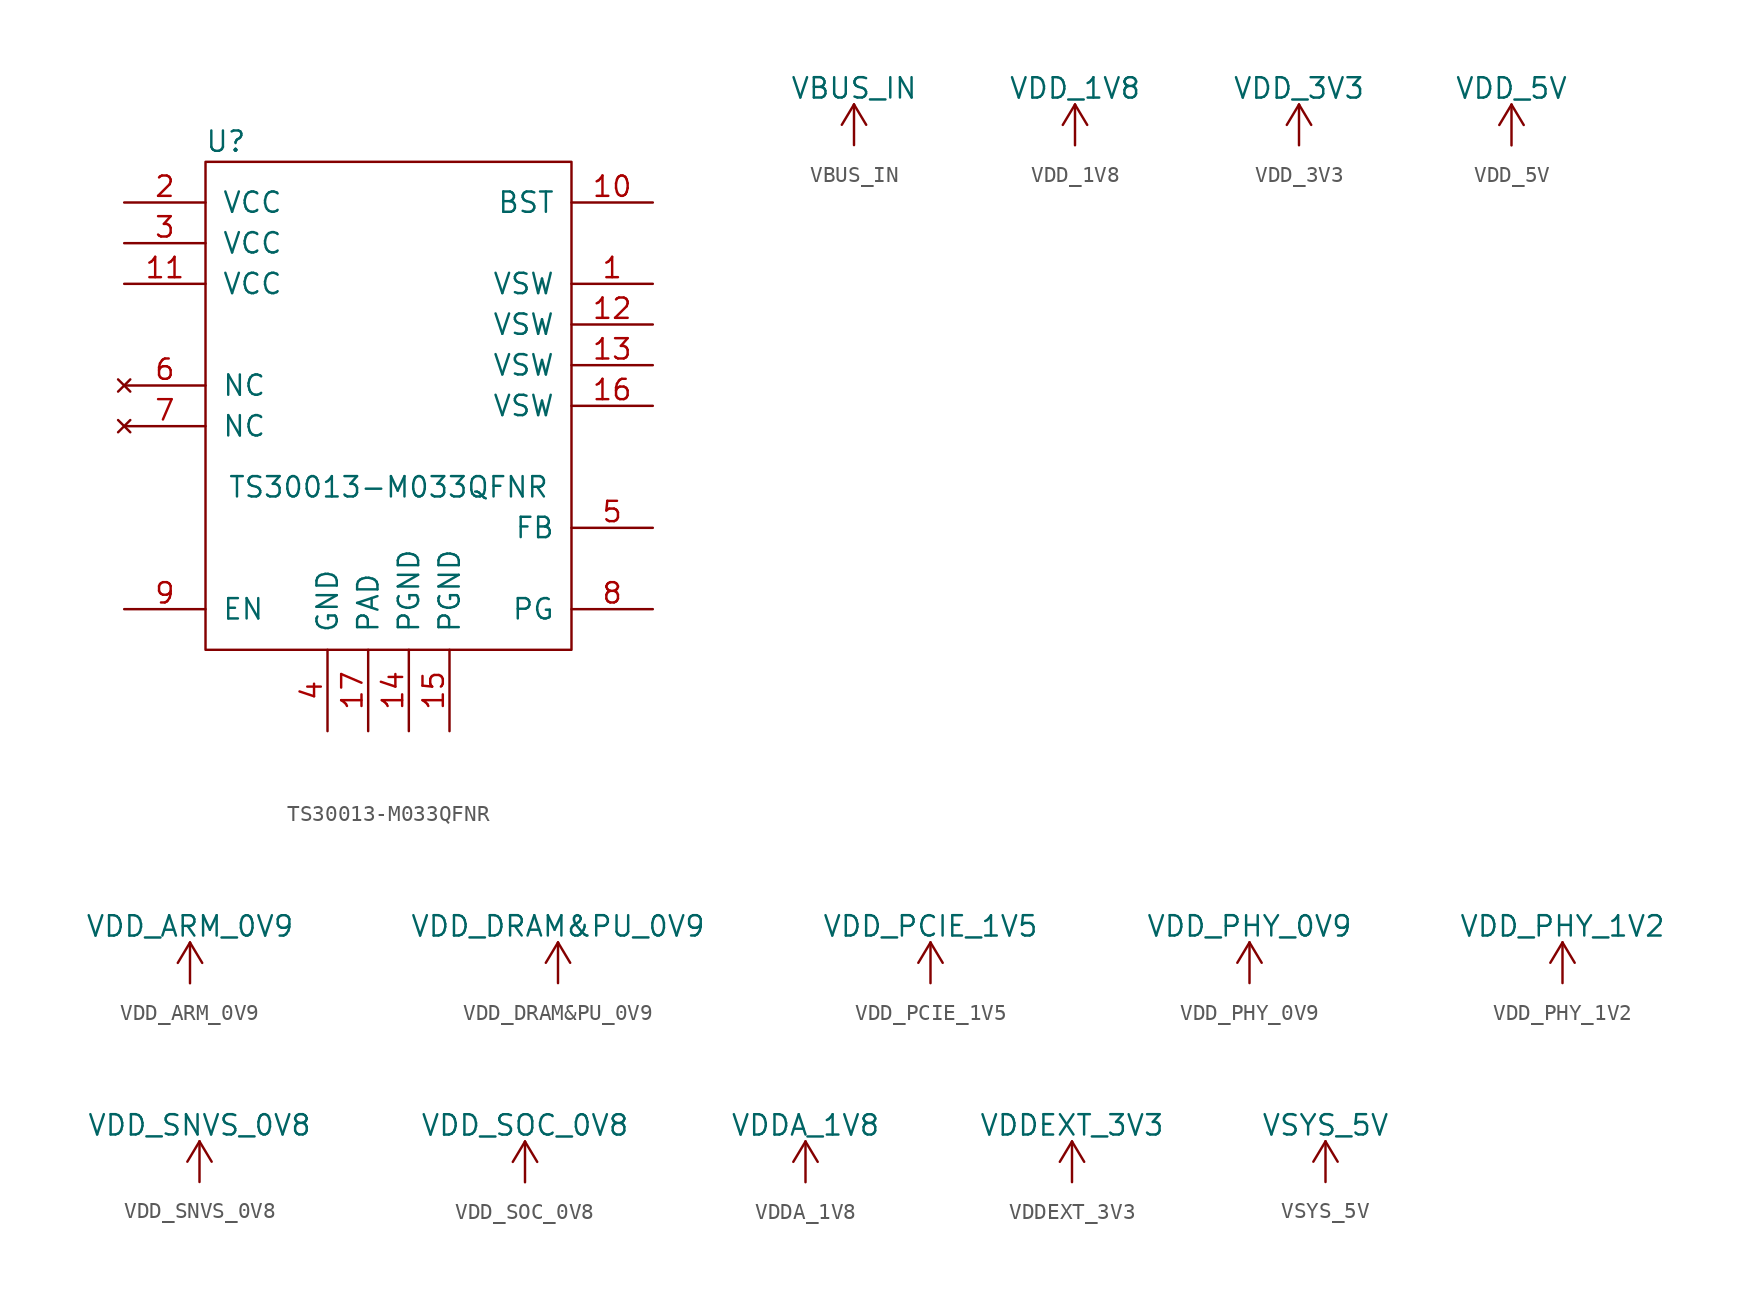
<source format=kicad_sym>
(kicad_symbol_lib
  (version 20201005)
  (generator kicad_symbol_editor)
  (symbol "kimchi_ulid:TS30013-M033QFNR"
    (pin_names
      (offset 1.016))
    (property "Reference" "U"
      (at -10.16 16.51 0)
      (effects (font (size 1.27 1.27))))
    (property "Value" "TS30013-M033QFNR"
      (at 0 -5.08 0)
      (effects (font (size 1.27 1.27))))
    (symbol "TS30013-M033QFNR_0_1"
      (rectangle (start -11.43 15.24) (end 11.43 -15.24) (stroke (width 0)) (fill (type none))))
    (symbol "TS30013-M033QFNR_1_1"
      (pin power_out line (at 16.51 7.62 180) (length 5.08) (name "VSW" (effects (font (size 1.27 1.27)))) (number "1" (effects (font (size 1.27 1.27)))))
      (pin passive line (at 16.51 12.7 180) (length 5.08) (name "BST" (effects (font (size 1.27 1.27)))) (number "10" (effects (font (size 1.27 1.27)))))
      (pin power_in line (at -16.51 7.62 0) (length 5.08) (name "VCC" (effects (font (size 1.27 1.27)))) (number "11" (effects (font (size 1.27 1.27)))))
      (pin power_out line (at 16.51 5.08 180) (length 5.08) (name "VSW" (effects (font (size 1.27 1.27)))) (number "12" (effects (font (size 1.27 1.27)))))
      (pin power_out line (at 16.51 2.54 180) (length 5.08) (name "VSW" (effects (font (size 1.27 1.27)))) (number "13" (effects (font (size 1.27 1.27)))))
      (pin passive line (at 1.27 -20.32 90) (length 5.08) (name "PGND" (effects (font (size 1.27 1.27)))) (number "14" (effects (font (size 1.27 1.27)))))
      (pin passive line (at 3.81 -20.32 90) (length 5.08) (name "PGND" (effects (font (size 1.27 1.27)))) (number "15" (effects (font (size 1.27 1.27)))))
      (pin power_out line (at 16.51 0 180) (length 5.08) (name "VSW" (effects (font (size 1.27 1.27)))) (number "16" (effects (font (size 1.27 1.27)))))
      (pin passive line (at -1.27 -20.32 90) (length 5.08) (name "PAD" (effects (font (size 1.27 1.27)))) (number "17" (effects (font (size 1.27 1.27)))))
      (pin power_in line (at -16.51 12.7 0) (length 5.08) (name "VCC" (effects (font (size 1.27 1.27)))) (number "2" (effects (font (size 1.27 1.27)))))
      (pin power_in line (at -16.51 10.16 0) (length 5.08) (name "VCC" (effects (font (size 1.27 1.27)))) (number "3" (effects (font (size 1.27 1.27)))))
      (pin passive line (at -3.81 -20.32 90) (length 5.08) (name "GND" (effects (font (size 1.27 1.27)))) (number "4" (effects (font (size 1.27 1.27)))))
      (pin power_out line (at 16.51 -7.62 180) (length 5.08) (name "FB" (effects (font (size 1.27 1.27)))) (number "5" (effects (font (size 1.27 1.27)))))
      (pin no_connect line (at -16.51 1.27 0) (length 5.08) (name "NC" (effects (font (size 1.27 1.27)))) (number "6" (effects (font (size 1.27 1.27)))))
      (pin no_connect line (at -16.51 -1.27 0) (length 5.08) (name "NC" (effects (font (size 1.27 1.27)))) (number "7" (effects (font (size 1.27 1.27)))))
      (pin open_collector line (at 16.51 -12.7 180) (length 5.08) (name "PG" (effects (font (size 1.27 1.27)))) (number "8" (effects (font (size 1.27 1.27)))))
      (pin power_in line (at -16.51 -12.7 0) (length 5.08) (name "EN" (effects (font (size 1.27 1.27)))) (number "9" (effects (font (size 1.27 1.27)))))))
  (symbol "kimchi_ulid:VBUS_IN"
    (power)
    (pin_names
      (offset 0))
    (property "Reference" "#PWR"
      (at 0 -3.81 0)
      (effects (font (size 1.27 1.27)) hide))
    (property "Value" "VBUS_IN"
      (at 0 3.556 0)
      (effects (font (size 1.27 1.27))))
    (symbol "VBUS_IN_0_1"
      (polyline (pts (xy -0.762 1.27) (xy 0 2.54)) (stroke (width 0)) (fill (type none)))
      (polyline (pts (xy 0 0) (xy 0 2.54)) (stroke (width 0)) (fill (type none)))
      (polyline (pts (xy 0 2.54) (xy 0.762 1.27)) (stroke (width 0)) (fill (type none))))
    (symbol "VBUS_IN_1_1"
      (pin power_in line (at 0 0 90) (length 0) hide (name "VBUS_IN" (effects (font (size 1.27 1.27)))) (number "1" (effects (font (size 1.27 1.27)))))))
  (symbol "kimchi_ulid:VDD_1V8"
    (power)
    (pin_names
      (offset 0))
    (property "Reference" "#PWR"
      (at 0 -3.81 0)
      (effects (font (size 1.27 1.27)) hide))
    (property "Value" "VDD_1V8"
      (at 0 3.556 0)
      (effects (font (size 1.27 1.27))))
    (symbol "VDD_1V8_0_1"
      (polyline (pts (xy -0.762 1.27) (xy 0 2.54)) (stroke (width 0)) (fill (type none)))
      (polyline (pts (xy 0 0) (xy 0 2.54)) (stroke (width 0)) (fill (type none)))
      (polyline (pts (xy 0 2.54) (xy 0.762 1.27)) (stroke (width 0)) (fill (type none))))
    (symbol "VDD_1V8_1_1"
      (pin power_in line (at 0 0 90) (length 0) hide (name "VDD_1V8" (effects (font (size 1.27 1.27)))) (number "1" (effects (font (size 1.27 1.27)))))))
  (symbol "kimchi_ulid:VDD_3V3"
    (power)
    (pin_names
      (offset 0))
    (property "Reference" "#PWR"
      (at 0 -3.81 0)
      (effects (font (size 1.27 1.27)) hide))
    (property "Value" "VDD_3V3"
      (at 0 3.556 0)
      (effects (font (size 1.27 1.27))))
    (symbol "VDD_3V3_0_1"
      (polyline (pts (xy -0.762 1.27) (xy 0 2.54)) (stroke (width 0)) (fill (type none)))
      (polyline (pts (xy 0 0) (xy 0 2.54)) (stroke (width 0)) (fill (type none)))
      (polyline (pts (xy 0 2.54) (xy 0.762 1.27)) (stroke (width 0)) (fill (type none))))
    (symbol "VDD_3V3_1_1"
      (pin power_in line (at 0 0 90) (length 0) hide (name "VDD_3V3" (effects (font (size 1.27 1.27)))) (number "1" (effects (font (size 1.27 1.27)))))))
  (symbol "kimchi_ulid:VDD_5V"
    (power)
    (pin_names
      (offset 0))
    (property "Reference" "#PWR"
      (at 0 -3.81 0)
      (effects (font (size 1.27 1.27)) hide))
    (property "Value" "VDD_5V"
      (at 0 3.556 0)
      (effects (font (size 1.27 1.27))))
    (symbol "VDD_5V_0_1"
      (polyline (pts (xy -0.762 1.27) (xy 0 2.54)) (stroke (width 0)) (fill (type none)))
      (polyline (pts (xy 0 0) (xy 0 2.54)) (stroke (width 0)) (fill (type none)))
      (polyline (pts (xy 0 2.54) (xy 0.762 1.27)) (stroke (width 0)) (fill (type none))))
    (symbol "VDD_5V_1_1"
      (pin power_in line (at 0 0 90) (length 0) hide (name "VDD_5V" (effects (font (size 1.27 1.27)))) (number "1" (effects (font (size 1.27 1.27)))))))
  (symbol "kimchi_ulid:VDD_ARM_0V9"
    (power)
    (pin_names
      (offset 0))
    (property "Reference" "#PWR"
      (at 0 -3.81 0)
      (effects (font (size 1.27 1.27)) hide))
    (property "Value" "VDD_ARM_0V9"
      (at 0 3.556 0)
      (effects (font (size 1.27 1.27))))
    (symbol "VDD_ARM_0V9_0_1"
      (polyline (pts (xy -0.762 1.27) (xy 0 2.54)) (stroke (width 0)) (fill (type none)))
      (polyline (pts (xy 0 0) (xy 0 2.54)) (stroke (width 0)) (fill (type none)))
      (polyline (pts (xy 0 2.54) (xy 0.762 1.27)) (stroke (width 0)) (fill (type none))))
    (symbol "VDD_ARM_0V9_1_1"
      (pin power_in line (at 0 0 90) (length 0) hide (name "VDD_ARM_0V9" (effects (font (size 1.27 1.27)))) (number "1" (effects (font (size 1.27 1.27)))))))
  (symbol "kimchi_ulid:VDD_DRAM&PU_0V9"
    (power)
    (pin_names
      (offset 0))
    (property "Reference" "#PWR"
      (at 0 -3.81 0)
      (effects (font (size 1.27 1.27)) hide))
    (property "Value" "VDD_DRAM&PU_0V9"
      (at 0 3.556 0)
      (effects (font (size 1.27 1.27))))
    (symbol "VDD_DRAM&PU_0V9_0_1"
      (polyline (pts (xy -0.762 1.27) (xy 0 2.54)) (stroke (width 0)) (fill (type none)))
      (polyline (pts (xy 0 0) (xy 0 2.54)) (stroke (width 0)) (fill (type none)))
      (polyline (pts (xy 0 2.54) (xy 0.762 1.27)) (stroke (width 0)) (fill (type none))))
    (symbol "VDD_DRAM&PU_0V9_1_1"
      (pin power_in line (at 0 0 90) (length 0) hide (name "VDD_DRAM&PU_0V9" (effects (font (size 1.27 1.27)))) (number "1" (effects (font (size 1.27 1.27)))))))
  (symbol "kimchi_ulid:VDD_PCIE_1V5"
    (power)
    (pin_names
      (offset 0))
    (property "Reference" "#PWR"
      (at 0 -3.81 0)
      (effects (font (size 1.27 1.27)) hide))
    (property "Value" "VDD_PCIE_1V5"
      (at 0 3.556 0)
      (effects (font (size 1.27 1.27))))
    (symbol "VDD_PCIE_1V5_0_1"
      (polyline (pts (xy -0.762 1.27) (xy 0 2.54)) (stroke (width 0)) (fill (type none)))
      (polyline (pts (xy 0 0) (xy 0 2.54)) (stroke (width 0)) (fill (type none)))
      (polyline (pts (xy 0 2.54) (xy 0.762 1.27)) (stroke (width 0)) (fill (type none))))
    (symbol "VDD_PCIE_1V5_1_1"
      (pin power_in line (at 0 0 90) (length 0) hide (name "VDD_PCIE_1V5" (effects (font (size 1.27 1.27)))) (number "1" (effects (font (size 1.27 1.27)))))))
  (symbol "kimchi_ulid:VDD_PHY_0V9"
    (power)
    (pin_names
      (offset 0))
    (property "Reference" "#PWR"
      (at 0 -3.81 0)
      (effects (font (size 1.27 1.27)) hide))
    (property "Value" "VDD_PHY_0V9"
      (at 0 3.556 0)
      (effects (font (size 1.27 1.27))))
    (symbol "VDD_PHY_0V9_0_1"
      (polyline (pts (xy -0.762 1.27) (xy 0 2.54)) (stroke (width 0)) (fill (type none)))
      (polyline (pts (xy 0 0) (xy 0 2.54)) (stroke (width 0)) (fill (type none)))
      (polyline (pts (xy 0 2.54) (xy 0.762 1.27)) (stroke (width 0)) (fill (type none))))
    (symbol "VDD_PHY_0V9_1_1"
      (pin power_in line (at 0 0 90) (length 0) hide (name "VDD_PHY_0V9" (effects (font (size 1.27 1.27)))) (number "1" (effects (font (size 1.27 1.27)))))))
  (symbol "kimchi_ulid:VDD_PHY_1V2"
    (power)
    (pin_names
      (offset 0))
    (property "Reference" "#PWR"
      (at 0 -3.81 0)
      (effects (font (size 1.27 1.27)) hide))
    (property "Value" "VDD_PHY_1V2"
      (at 0 3.556 0)
      (effects (font (size 1.27 1.27))))
    (symbol "VDD_PHY_1V2_0_1"
      (polyline (pts (xy -0.762 1.27) (xy 0 2.54)) (stroke (width 0)) (fill (type none)))
      (polyline (pts (xy 0 0) (xy 0 2.54)) (stroke (width 0)) (fill (type none)))
      (polyline (pts (xy 0 2.54) (xy 0.762 1.27)) (stroke (width 0)) (fill (type none))))
    (symbol "VDD_PHY_1V2_1_1"
      (pin power_in line (at 0 0 90) (length 0) hide (name "VDD_PHY_1V2" (effects (font (size 1.27 1.27)))) (number "1" (effects (font (size 1.27 1.27)))))))
  (symbol "kimchi_ulid:VDD_SNVS_0V8"
    (power)
    (pin_names
      (offset 0))
    (property "Reference" "#PWR"
      (at 0 -3.81 0)
      (effects (font (size 1.27 1.27)) hide))
    (property "Value" "VDD_SNVS_0V8"
      (at 0 3.556 0)
      (effects (font (size 1.27 1.27))))
    (symbol "VDD_SNVS_0V8_0_1"
      (polyline (pts (xy -0.762 1.27) (xy 0 2.54)) (stroke (width 0)) (fill (type none)))
      (polyline (pts (xy 0 0) (xy 0 2.54)) (stroke (width 0)) (fill (type none)))
      (polyline (pts (xy 0 2.54) (xy 0.762 1.27)) (stroke (width 0)) (fill (type none))))
    (symbol "VDD_SNVS_0V8_1_1"
      (pin power_in line (at 0 0 90) (length 0) hide (name "VDD_SNVS_0V8" (effects (font (size 1.27 1.27)))) (number "1" (effects (font (size 1.27 1.27)))))))
  (symbol "kimchi_ulid:VDD_SOC_0V8"
    (power)
    (pin_names
      (offset 0))
    (property "Reference" "#PWR"
      (at 0 -3.81 0)
      (effects (font (size 1.27 1.27)) hide))
    (property "Value" "VDD_SOC_0V8"
      (at 0 3.556 0)
      (effects (font (size 1.27 1.27))))
    (symbol "VDD_SOC_0V8_0_1"
      (polyline (pts (xy -0.762 1.27) (xy 0 2.54)) (stroke (width 0)) (fill (type none)))
      (polyline (pts (xy 0 0) (xy 0 2.54)) (stroke (width 0)) (fill (type none)))
      (polyline (pts (xy 0 2.54) (xy 0.762 1.27)) (stroke (width 0)) (fill (type none))))
    (symbol "VDD_SOC_0V8_1_1"
      (pin power_in line (at 0 0 90) (length 0) hide (name "VDD_SOC_0V8" (effects (font (size 1.27 1.27)))) (number "1" (effects (font (size 1.27 1.27)))))))
  (symbol "kimchi_ulid:VDDA_1V8"
    (power)
    (pin_names
      (offset 0))
    (property "Reference" "#PWR"
      (at 0 -3.81 0)
      (effects (font (size 1.27 1.27)) hide))
    (property "Value" "VDDA_1V8"
      (at 0 3.556 0)
      (effects (font (size 1.27 1.27))))
    (symbol "VDDA_1V8_0_1"
      (polyline (pts (xy -0.762 1.27) (xy 0 2.54)) (stroke (width 0)) (fill (type none)))
      (polyline (pts (xy 0 0) (xy 0 2.54)) (stroke (width 0)) (fill (type none)))
      (polyline (pts (xy 0 2.54) (xy 0.762 1.27)) (stroke (width 0)) (fill (type none))))
    (symbol "VDDA_1V8_1_1"
      (pin power_in line (at 0 0 90) (length 0) hide (name "VDDA_1V8" (effects (font (size 1.27 1.27)))) (number "1" (effects (font (size 1.27 1.27)))))))
  (symbol "kimchi_ulid:VDDEXT_3V3"
    (power)
    (pin_names
      (offset 0))
    (property "Reference" "#PWR"
      (at 0 -3.81 0)
      (effects (font (size 1.27 1.27)) hide))
    (property "Value" "VDDEXT_3V3"
      (at 0 3.556 0)
      (effects (font (size 1.27 1.27))))
    (symbol "VDDEXT_3V3_0_1"
      (polyline (pts (xy -0.762 1.27) (xy 0 2.54)) (stroke (width 0)) (fill (type none)))
      (polyline (pts (xy 0 0) (xy 0 2.54)) (stroke (width 0)) (fill (type none)))
      (polyline (pts (xy 0 2.54) (xy 0.762 1.27)) (stroke (width 0)) (fill (type none))))
    (symbol "VDDEXT_3V3_1_1"
      (pin power_in line (at 0 0 90) (length 0) hide (name "VDDEXT_3V3" (effects (font (size 1.27 1.27)))) (number "1" (effects (font (size 1.27 1.27)))))))
  (symbol "kimchi_ulid:VSYS_5V"
    (power)
    (pin_names
      (offset 0))
    (property "Reference" "#PWR"
      (at 0 -3.81 0)
      (effects (font (size 1.27 1.27)) hide))
    (property "Value" "VSYS_5V"
      (at 0 3.556 0)
      (effects (font (size 1.27 1.27))))
    (symbol "VSYS_5V_0_1"
      (polyline (pts (xy -0.762 1.27) (xy 0 2.54)) (stroke (width 0)) (fill (type none)))
      (polyline (pts (xy 0 0) (xy 0 2.54)) (stroke (width 0)) (fill (type none)))
      (polyline (pts (xy 0 2.54) (xy 0.762 1.27)) (stroke (width 0)) (fill (type none))))
    (symbol "VSYS_5V_1_1"
      (pin power_in line (at 0 0 90) (length 0) hide (name "VSYS_5V" (effects (font (size 1.27 1.27)))) (number "1" (effects (font (size 1.27 1.27))))))))
</source>
